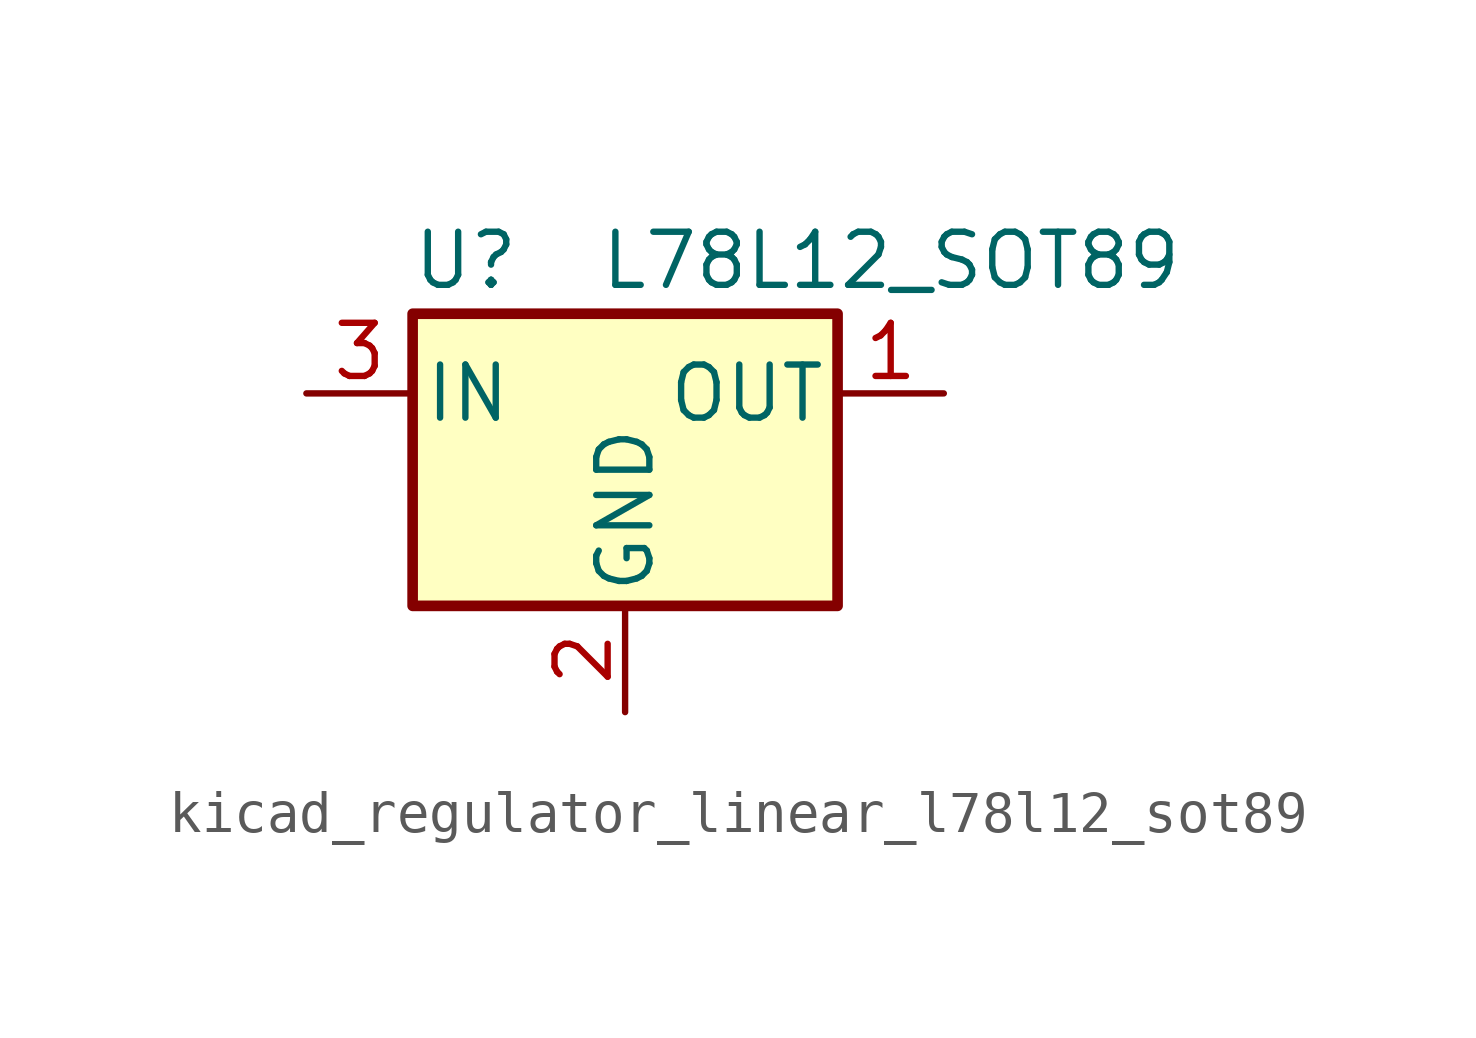
<source format=kicad_sym>
(kicad_symbol_lib
  (version 20220914)
  (generator kicad_symbol_editor)
  (symbol "kicad_regulator_linear_l78l12_sot89"
    (pin_names
      (offset 0.254))
    (property "Reference" "U"
      (at -3.81 3.175 0)
      (effects (font (size 1.27 1.27))))
    (property "Value" "L78L12_SOT89"
      (at -0.635 3.175 0)
      (effects (font (size 1.27 1.27)) (justify left)))
    (symbol "kicad_regulator_linear_l78l12_sot89_0_1"
      (rectangle (start -5.08 1.905) (end 5.08 -5.08) (stroke (width 0.254) (type default)) (fill (type background))))
    (symbol "kicad_regulator_linear_l78l12_sot89_1_1"
      (pin power_out line (at 7.62 0 180) (length 2.54) (name "OUT" (effects (font (size 1.27 1.27)))) (number "1" (effects (font (size 1.27 1.27)))))
      (pin power_in line (at 0 -7.62 90) (length 2.54) (name "GND" (effects (font (size 1.27 1.27)))) (number "2" (effects (font (size 1.27 1.27)))))
      (pin power_in line (at -7.62 0 0) (length 2.54) (name "IN" (effects (font (size 1.27 1.27)))) (number "3" (effects (font (size 1.27 1.27))))))))
</source>
